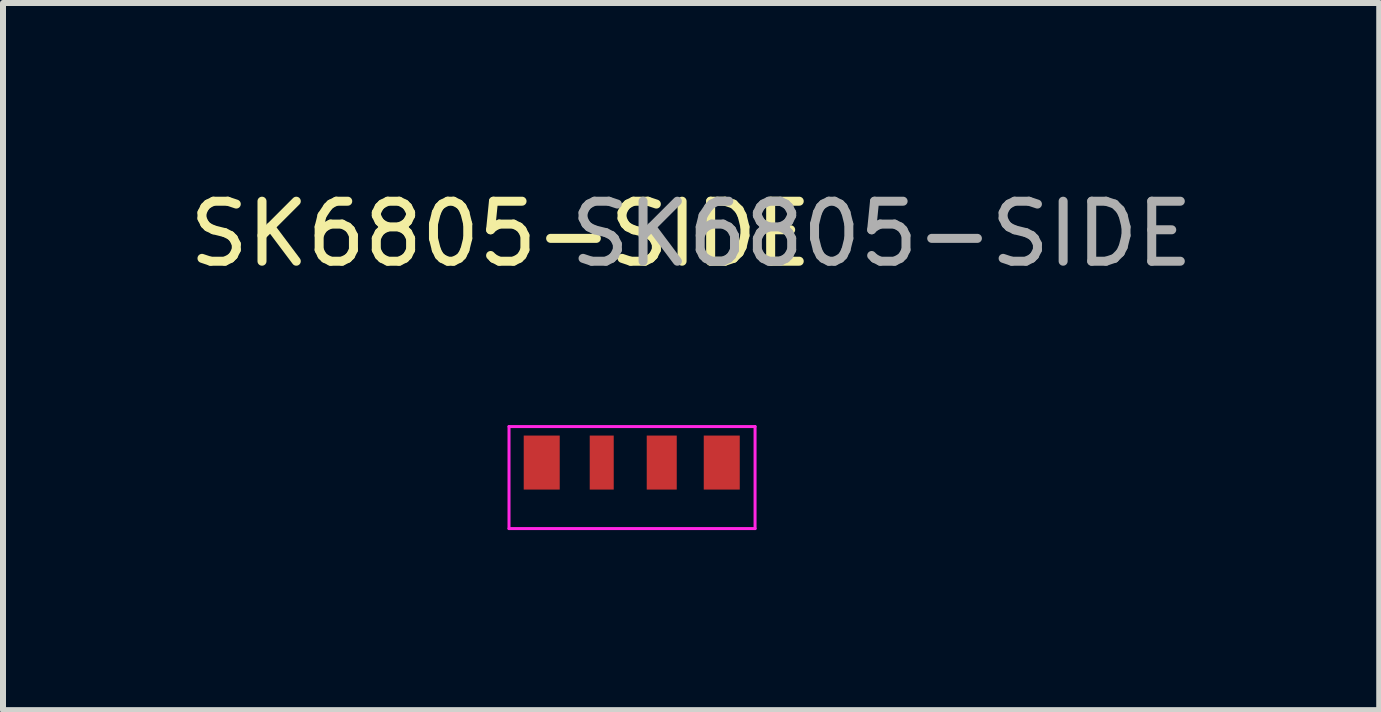
<source format=kicad_pcb>
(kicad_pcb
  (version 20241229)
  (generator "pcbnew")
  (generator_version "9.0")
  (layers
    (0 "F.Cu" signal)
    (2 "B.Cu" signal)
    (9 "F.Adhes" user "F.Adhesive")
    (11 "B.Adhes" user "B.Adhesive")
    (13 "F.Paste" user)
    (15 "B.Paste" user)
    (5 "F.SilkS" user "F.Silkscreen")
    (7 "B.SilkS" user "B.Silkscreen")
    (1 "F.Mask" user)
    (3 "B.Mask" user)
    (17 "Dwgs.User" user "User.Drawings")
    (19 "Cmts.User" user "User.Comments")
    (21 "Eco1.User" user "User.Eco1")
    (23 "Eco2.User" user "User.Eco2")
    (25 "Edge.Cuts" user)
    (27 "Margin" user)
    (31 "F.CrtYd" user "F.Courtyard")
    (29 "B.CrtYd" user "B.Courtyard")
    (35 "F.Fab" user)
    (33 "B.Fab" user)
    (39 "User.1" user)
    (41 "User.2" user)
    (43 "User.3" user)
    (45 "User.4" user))
  (footprint "SK6805-SIDE"
    (layer "F.Cu")
    (at 7.832 4.658)
    (property "Reference" "SK6805-SIDE" (at -2.54 -3.81 0) (unlocked yes) (layer "F.SilkS") (effects (font (size 1 1) (thickness 0.15))))
    (attr smd)
    (fp_line (start -2.4 -0.6) (end -2.4 1.1) (stroke (width 0.05) (type solid)) (layer "F.CrtYd"))
    (fp_line (start 1.7 -0.6) (end -2.4 -0.6) (stroke (width 0.05) (type solid)) (layer "F.CrtYd"))
    (fp_line (start 1.7 -0.6) (end 1.7 1.1) (stroke (width 0.05) (type solid)) (layer "F.CrtYd"))
    (fp_line (start 1.7 1.1) (end -2.4 1.1) (stroke (width 0.05) (type solid)) (layer "F.CrtYd"))
    (fp_text user "${REFERENCE}" (at 3.81 -3.81 0) (unlocked yes) (layer "F.Fab") (effects (font (size 1 1) (thickness 0.15))))
    (pad "1" smd rect (at 1.145 0) (size 0.6 0.9) (layers "F.Cu" "F.Mask" "F.Paste"))
    (pad "2" smd rect (at 0.145 0) (size 0.5 0.9) (layers "F.Cu" "F.Mask" "F.Paste"))
    (pad "3" smd rect (at -0.855 0) (size 0.4 0.9) (layers "F.Cu" "F.Mask" "F.Paste"))
    (pad "4" smd rect (at -1.855 0) (size 0.6 0.9) (layers "F.Cu" "F.Mask" "F.Paste")))
  (gr_rect
    (start -3 -3)
    (end 19.933 8.783)
    (stroke (width 0.1) (type default))
    (fill no)
    (layer "Edge.Cuts")))
</source>
